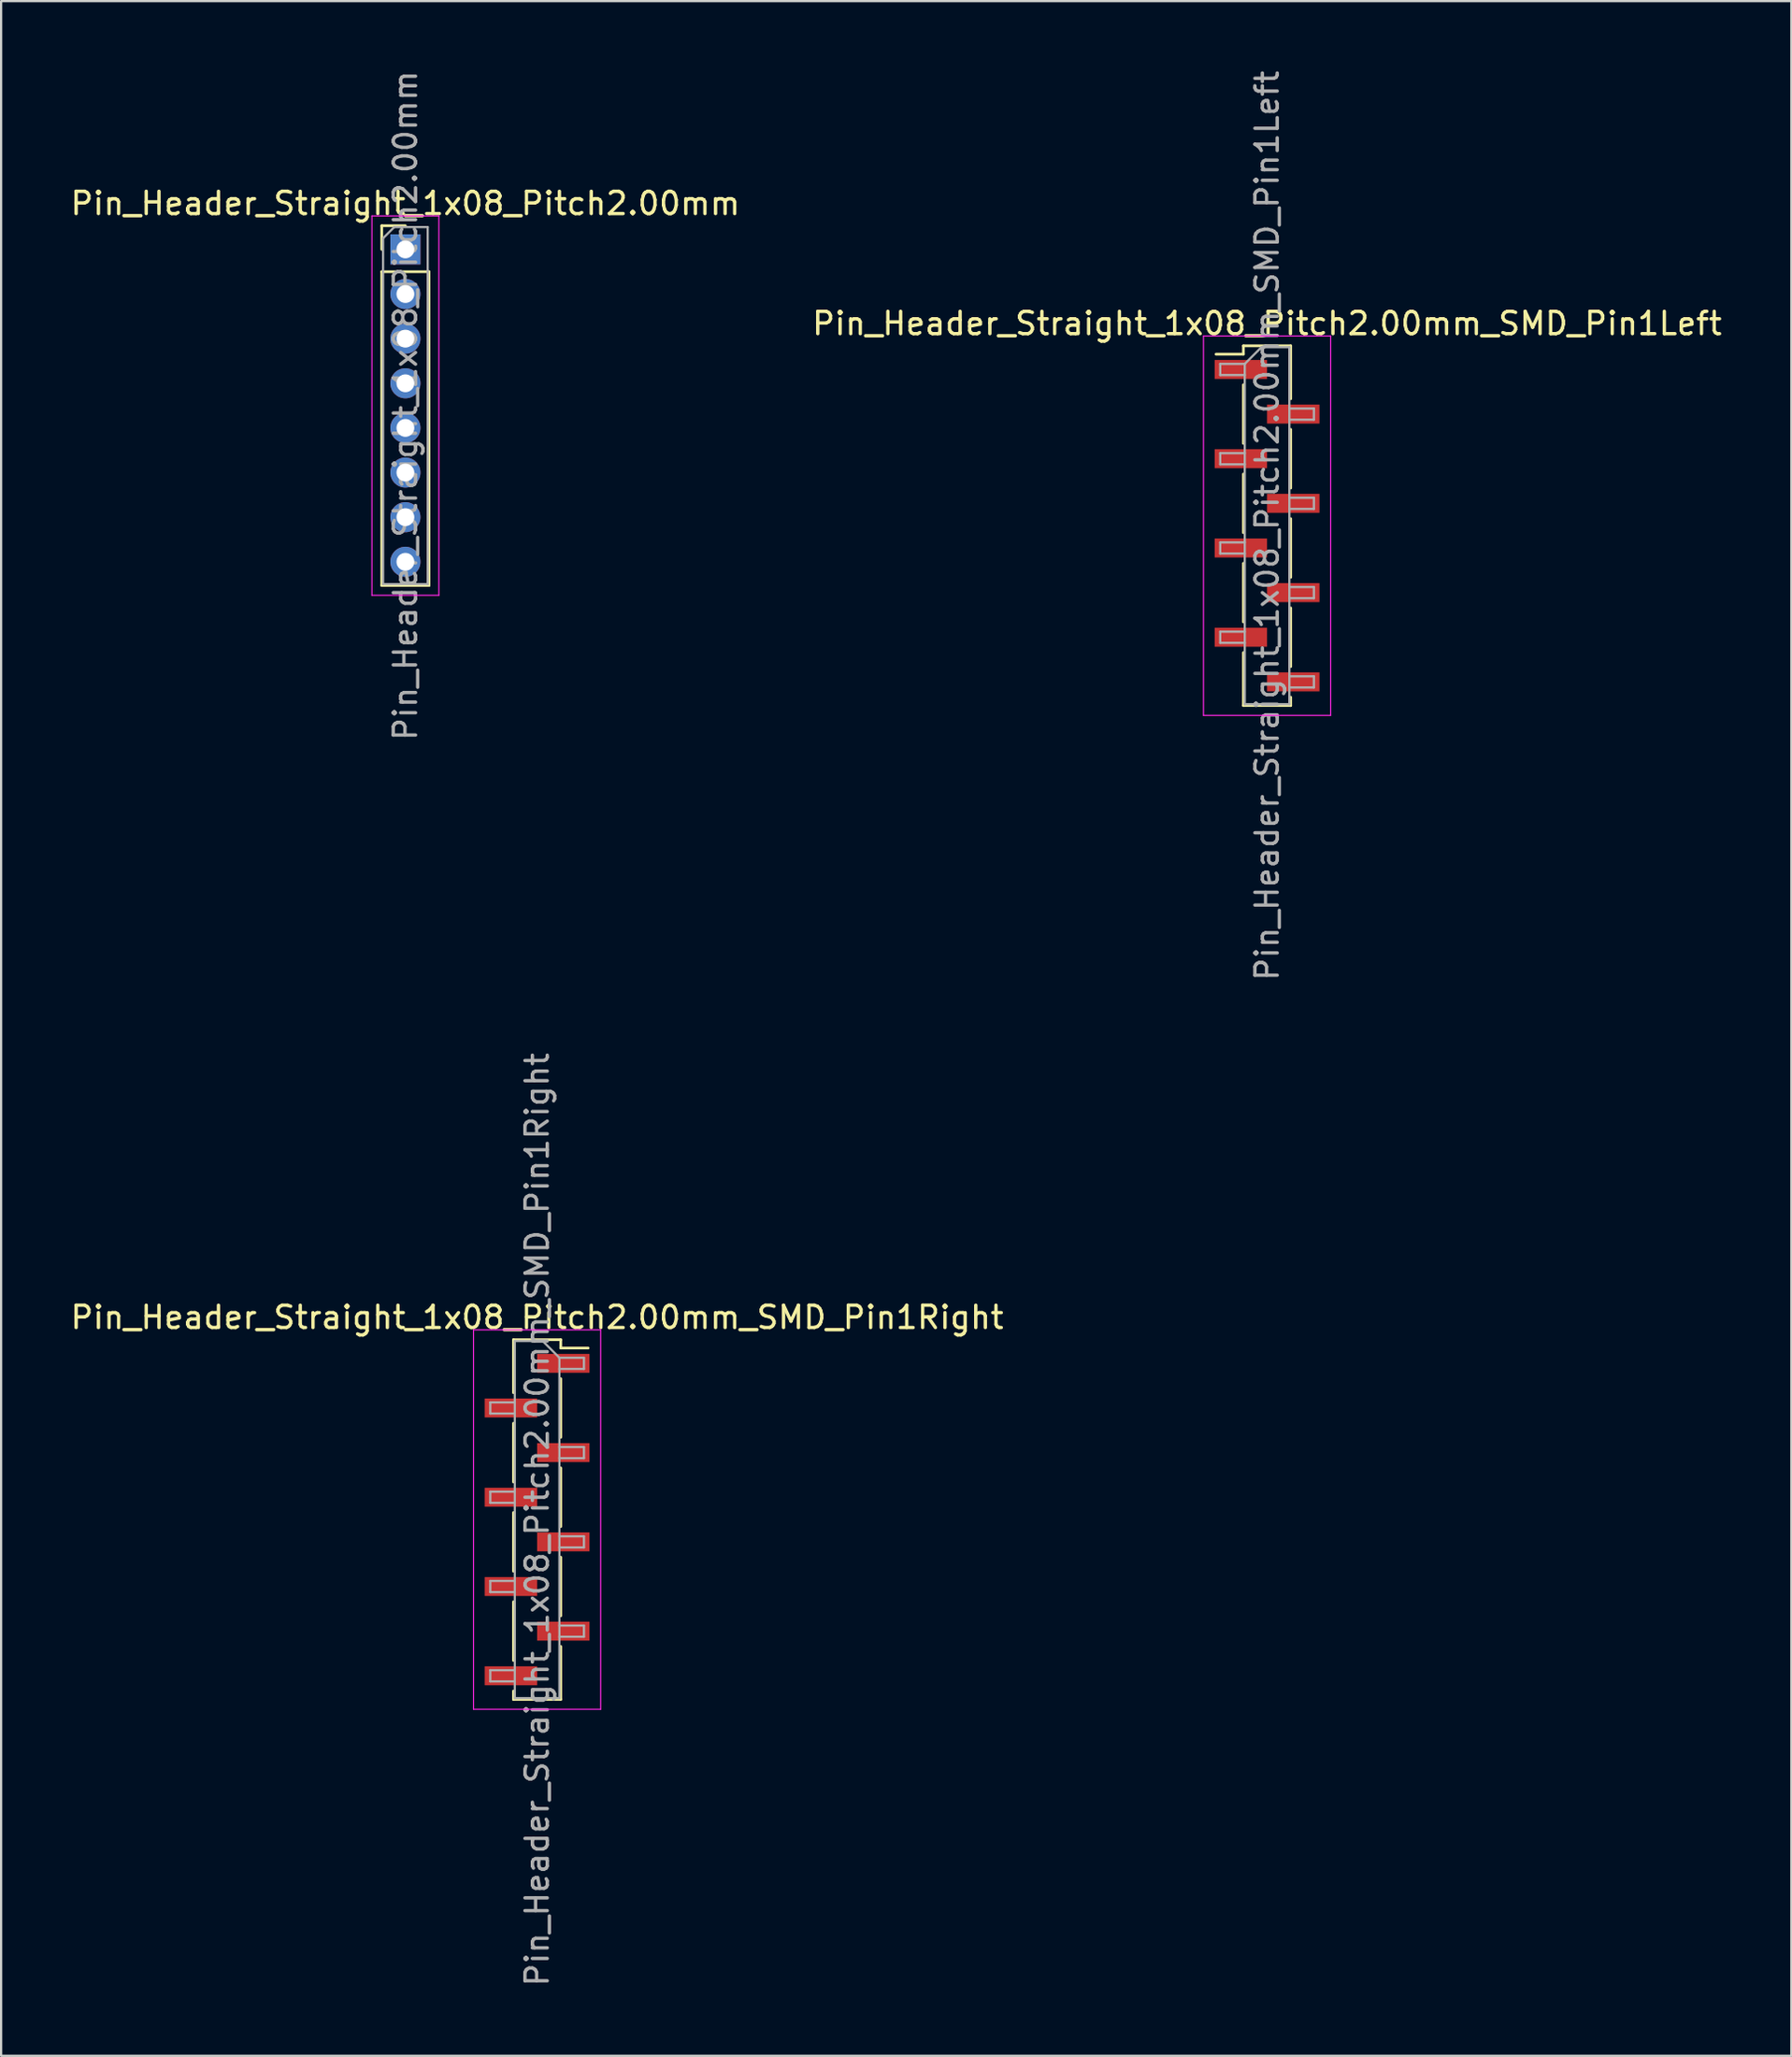
<source format=kicad_pcb>
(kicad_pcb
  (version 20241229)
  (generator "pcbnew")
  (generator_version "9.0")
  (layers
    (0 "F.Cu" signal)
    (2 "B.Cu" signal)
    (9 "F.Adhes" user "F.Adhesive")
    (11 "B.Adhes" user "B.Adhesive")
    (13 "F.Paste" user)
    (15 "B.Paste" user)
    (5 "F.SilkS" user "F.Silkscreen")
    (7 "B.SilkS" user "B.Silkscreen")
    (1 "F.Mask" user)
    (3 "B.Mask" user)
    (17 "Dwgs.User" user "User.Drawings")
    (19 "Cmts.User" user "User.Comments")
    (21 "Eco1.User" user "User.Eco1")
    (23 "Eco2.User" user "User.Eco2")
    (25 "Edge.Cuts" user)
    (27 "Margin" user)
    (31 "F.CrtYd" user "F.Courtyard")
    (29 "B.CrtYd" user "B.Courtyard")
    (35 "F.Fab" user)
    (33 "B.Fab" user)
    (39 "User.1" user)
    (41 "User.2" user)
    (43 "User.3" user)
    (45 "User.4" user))
  (footprint "Pin_Header_Straight_1x08_Pitch2.00mm_SMD_Pin1Right"
    (layer "F.Cu")
    (at 21.03 65.042)
    (property "Reference" "Pin_Header_Straight_1x08_Pitch2.00mm_SMD_Pin1Right" (at 0 -9.06 0) (layer "F.SilkS") (effects (font (size 1 1) (thickness 0.15))))
    (attr smd)
    (fp_line (start -1.06 -8.06) (end -1.06 -5.685) (stroke (width 0.12) (type solid)) (layer "F.SilkS"))
    (fp_line (start -1.06 -8.06) (end 1.06 -8.06) (stroke (width 0.12) (type solid)) (layer "F.SilkS"))
    (fp_line (start -1.06 -4.315) (end -1.06 -1.685) (stroke (width 0.12) (type solid)) (layer "F.SilkS"))
    (fp_line (start -1.06 -0.315) (end -1.06 2.315) (stroke (width 0.12) (type solid)) (layer "F.SilkS"))
    (fp_line (start -1.06 3.685) (end -1.06 6.315) (stroke (width 0.12) (type solid)) (layer "F.SilkS"))
    (fp_line (start -1.06 7.685) (end -1.06 8.06) (stroke (width 0.12) (type solid)) (layer "F.SilkS"))
    (fp_line (start -1.06 8.06) (end 1.06 8.06) (stroke (width 0.12) (type solid)) (layer "F.SilkS"))
    (fp_line (start 1.06 -8.06) (end 1.06 -7.685) (stroke (width 0.12) (type solid)) (layer "F.SilkS"))
    (fp_line (start 1.06 -7.685) (end 2.29 -7.685) (stroke (width 0.12) (type solid)) (layer "F.SilkS"))
    (fp_line (start 1.06 -6.315) (end 1.06 -3.685) (stroke (width 0.12) (type solid)) (layer "F.SilkS"))
    (fp_line (start 1.06 -2.315) (end 1.06 0.315) (stroke (width 0.12) (type solid)) (layer "F.SilkS"))
    (fp_line (start 1.06 1.685) (end 1.06 4.315) (stroke (width 0.12) (type solid)) (layer "F.SilkS"))
    (fp_line (start 1.06 5.685) (end 1.06 8.06) (stroke (width 0.12) (type solid)) (layer "F.SilkS"))
    (fp_line (start -2.85 -8.5) (end -2.85 8.5) (stroke (width 0.05) (type solid)) (layer "F.CrtYd"))
    (fp_line (start -2.85 8.5) (end 2.85 8.5) (stroke (width 0.05) (type solid)) (layer "F.CrtYd"))
    (fp_line (start 2.85 -8.5) (end -2.85 -8.5) (stroke (width 0.05) (type solid)) (layer "F.CrtYd"))
    (fp_line (start 2.85 8.5) (end 2.85 -8.5) (stroke (width 0.05) (type solid)) (layer "F.CrtYd"))
    (fp_line (start -2.1 -5.25) (end -2.1 -4.75) (stroke (width 0.1) (type solid)) (layer "F.Fab"))
    (fp_line (start -2.1 -4.75) (end -1 -4.75) (stroke (width 0.1) (type solid)) (layer "F.Fab"))
    (fp_line (start -2.1 -1.25) (end -2.1 -0.75) (stroke (width 0.1) (type solid)) (layer "F.Fab"))
    (fp_line (start -2.1 -0.75) (end -1 -0.75) (stroke (width 0.1) (type solid)) (layer "F.Fab"))
    (fp_line (start -2.1 2.75) (end -2.1 3.25) (stroke (width 0.1) (type solid)) (layer "F.Fab"))
    (fp_line (start -2.1 3.25) (end -1 3.25) (stroke (width 0.1) (type solid)) (layer "F.Fab"))
    (fp_line (start -2.1 6.75) (end -2.1 7.25) (stroke (width 0.1) (type solid)) (layer "F.Fab"))
    (fp_line (start -2.1 7.25) (end -1 7.25) (stroke (width 0.1) (type solid)) (layer "F.Fab"))
    (fp_line (start -1 -8) (end -1 8) (stroke (width 0.1) (type solid)) (layer "F.Fab"))
    (fp_line (start -1 -8) (end 0.25 -8) (stroke (width 0.1) (type solid)) (layer "F.Fab"))
    (fp_line (start -1 -5.25) (end -2.1 -5.25) (stroke (width 0.1) (type solid)) (layer "F.Fab"))
    (fp_line (start -1 -1.25) (end -2.1 -1.25) (stroke (width 0.1) (type solid)) (layer "F.Fab"))
    (fp_line (start -1 2.75) (end -2.1 2.75) (stroke (width 0.1) (type solid)) (layer "F.Fab"))
    (fp_line (start -1 6.75) (end -2.1 6.75) (stroke (width 0.1) (type solid)) (layer "F.Fab"))
    (fp_line (start 1 -7.25) (end 0.25 -8) (stroke (width 0.1) (type solid)) (layer "F.Fab"))
    (fp_line (start 1 -7.25) (end 2.1 -7.25) (stroke (width 0.1) (type solid)) (layer "F.Fab"))
    (fp_line (start 1 -3.25) (end 2.1 -3.25) (stroke (width 0.1) (type solid)) (layer "F.Fab"))
    (fp_line (start 1 0.75) (end 2.1 0.75) (stroke (width 0.1) (type solid)) (layer "F.Fab"))
    (fp_line (start 1 4.75) (end 2.1 4.75) (stroke (width 0.1) (type solid)) (layer "F.Fab"))
    (fp_line (start 1 8) (end -1 8) (stroke (width 0.1) (type solid)) (layer "F.Fab"))
    (fp_line (start 1 8) (end 1 -7.25) (stroke (width 0.1) (type solid)) (layer "F.Fab"))
    (fp_line (start 2.1 -7.25) (end 2.1 -6.75) (stroke (width 0.1) (type solid)) (layer "F.Fab"))
    (fp_line (start 2.1 -6.75) (end 1 -6.75) (stroke (width 0.1) (type solid)) (layer "F.Fab"))
    (fp_line (start 2.1 -3.25) (end 2.1 -2.75) (stroke (width 0.1) (type solid)) (layer "F.Fab"))
    (fp_line (start 2.1 -2.75) (end 1 -2.75) (stroke (width 0.1) (type solid)) (layer "F.Fab"))
    (fp_line (start 2.1 0.75) (end 2.1 1.25) (stroke (width 0.1) (type solid)) (layer "F.Fab"))
    (fp_line (start 2.1 1.25) (end 1 1.25) (stroke (width 0.1) (type solid)) (layer "F.Fab"))
    (fp_line (start 2.1 4.75) (end 2.1 5.25) (stroke (width 0.1) (type solid)) (layer "F.Fab"))
    (fp_line (start 2.1 5.25) (end 1 5.25) (stroke (width 0.1) (type solid)) (layer "F.Fab"))
    (fp_text user "${REFERENCE}" (at 0 0 90) (layer "F.Fab") (effects (font (size 1 1) (thickness 0.15))))
    (pad "1" smd rect (at 1.175 -7) (size 2.35 0.85) (layers "F.Cu" "F.Mask" "F.Paste"))
    (pad "2" smd rect (at -1.175 -5) (size 2.35 0.85) (layers "F.Cu" "F.Mask" "F.Paste"))
    (pad "3" smd rect (at 1.175 -3) (size 2.35 0.85) (layers "F.Cu" "F.Mask" "F.Paste"))
    (pad "4" smd rect (at -1.175 -1) (size 2.35 0.85) (layers "F.Cu" "F.Mask" "F.Paste"))
    (pad "5" smd rect (at 1.175 1) (size 2.35 0.85) (layers "F.Cu" "F.Mask" "F.Paste"))
    (pad "6" smd rect (at -1.175 3) (size 2.35 0.85) (layers "F.Cu" "F.Mask" "F.Paste"))
    (pad "7" smd rect (at 1.175 5) (size 2.35 0.85) (layers "F.Cu" "F.Mask" "F.Paste"))
    (pad "8" smd rect (at -1.175 7) (size 2.35 0.85) (layers "F.Cu" "F.Mask" "F.Paste")))
  (footprint "Pin_Header_Straight_1x08_Pitch2.00mm"
    (layer "F.Cu")
    (at 15.125 8.125)
    (property "Reference" "Pin_Header_Straight_1x08_Pitch2.00mm" (at 0 -2.06 0) (layer "F.SilkS") (effects (font (size 1 1) (thickness 0.15))))
    (attr through_hole)
    (fp_line (start -1.06 -1.06) (end 0 -1.06) (stroke (width 0.12) (type solid)) (layer "F.SilkS"))
    (fp_line (start -1.06 0) (end -1.06 -1.06) (stroke (width 0.12) (type solid)) (layer "F.SilkS"))
    (fp_line (start -1.06 1) (end -1.06 15.06) (stroke (width 0.12) (type solid)) (layer "F.SilkS"))
    (fp_line (start -1.06 1) (end 1.06 1) (stroke (width 0.12) (type solid)) (layer "F.SilkS"))
    (fp_line (start -1.06 15.06) (end 1.06 15.06) (stroke (width 0.12) (type solid)) (layer "F.SilkS"))
    (fp_line (start 1.06 1) (end 1.06 15.06) (stroke (width 0.12) (type solid)) (layer "F.SilkS"))
    (fp_line (start -1.5 -1.5) (end -1.5 15.5) (stroke (width 0.05) (type solid)) (layer "F.CrtYd"))
    (fp_line (start -1.5 15.5) (end 1.5 15.5) (stroke (width 0.05) (type solid)) (layer "F.CrtYd"))
    (fp_line (start 1.5 -1.5) (end -1.5 -1.5) (stroke (width 0.05) (type solid)) (layer "F.CrtYd"))
    (fp_line (start 1.5 15.5) (end 1.5 -1.5) (stroke (width 0.05) (type solid)) (layer "F.CrtYd"))
    (fp_line (start -1 -0.5) (end -0.5 -1) (stroke (width 0.1) (type solid)) (layer "F.Fab"))
    (fp_line (start -1 15) (end -1 -0.5) (stroke (width 0.1) (type solid)) (layer "F.Fab"))
    (fp_line (start -0.5 -1) (end 1 -1) (stroke (width 0.1) (type solid)) (layer "F.Fab"))
    (fp_line (start 1 -1) (end 1 15) (stroke (width 0.1) (type solid)) (layer "F.Fab"))
    (fp_line (start 1 15) (end -1 15) (stroke (width 0.1) (type solid)) (layer "F.Fab"))
    (fp_text user "${REFERENCE}" (at 0 7 90) (layer "F.Fab") (effects (font (size 1 1) (thickness 0.15))))
    (pad "1" thru_hole rect (at 0 0) (size 1.35 1.35) (drill 0.8) (layers "*.Cu" "*.Mask"))
    (pad "2" thru_hole oval (at 0 2) (size 1.35 1.35) (drill 0.8) (layers "*.Cu" "*.Mask"))
    (pad "3" thru_hole oval (at 0 4) (size 1.35 1.35) (drill 0.8) (layers "*.Cu" "*.Mask"))
    (pad "4" thru_hole oval (at 0 6) (size 1.35 1.35) (drill 0.8) (layers "*.Cu" "*.Mask"))
    (pad "5" thru_hole oval (at 0 8) (size 1.35 1.35) (drill 0.8) (layers "*.Cu" "*.Mask"))
    (pad "6" thru_hole oval (at 0 10) (size 1.35 1.35) (drill 0.8) (layers "*.Cu" "*.Mask"))
    (pad "7" thru_hole oval (at 0 12) (size 1.35 1.35) (drill 0.8) (layers "*.Cu" "*.Mask"))
    (pad "8" thru_hole oval (at 0 14) (size 1.35 1.35) (drill 0.8) (layers "*.Cu" "*.Mask")))
  (footprint "Pin_Header_Straight_1x08_Pitch2.00mm_SMD_Pin1Left"
    (layer "F.Cu")
    (at 53.756 20.506)
    (property "Reference" "Pin_Header_Straight_1x08_Pitch2.00mm_SMD_Pin1Left" (at 0 -9.06 0) (layer "F.SilkS") (effects (font (size 1 1) (thickness 0.15))))
    (attr smd)
    (fp_line (start -1.06 -8.06) (end -1.06 -7.685) (stroke (width 0.12) (type solid)) (layer "F.SilkS"))
    (fp_line (start -1.06 -8.06) (end 1.06 -8.06) (stroke (width 0.12) (type solid)) (layer "F.SilkS"))
    (fp_line (start -1.06 -7.685) (end -2.29 -7.685) (stroke (width 0.12) (type solid)) (layer "F.SilkS"))
    (fp_line (start -1.06 -6.315) (end -1.06 -3.685) (stroke (width 0.12) (type solid)) (layer "F.SilkS"))
    (fp_line (start -1.06 -2.315) (end -1.06 0.315) (stroke (width 0.12) (type solid)) (layer "F.SilkS"))
    (fp_line (start -1.06 1.685) (end -1.06 4.315) (stroke (width 0.12) (type solid)) (layer "F.SilkS"))
    (fp_line (start -1.06 5.685) (end -1.06 8.06) (stroke (width 0.12) (type solid)) (layer "F.SilkS"))
    (fp_line (start -1.06 8.06) (end 1.06 8.06) (stroke (width 0.12) (type solid)) (layer "F.SilkS"))
    (fp_line (start 1.06 -8.06) (end 1.06 -5.685) (stroke (width 0.12) (type solid)) (layer "F.SilkS"))
    (fp_line (start 1.06 -4.315) (end 1.06 -1.685) (stroke (width 0.12) (type solid)) (layer "F.SilkS"))
    (fp_line (start 1.06 -0.315) (end 1.06 2.315) (stroke (width 0.12) (type solid)) (layer "F.SilkS"))
    (fp_line (start 1.06 3.685) (end 1.06 6.315) (stroke (width 0.12) (type solid)) (layer "F.SilkS"))
    (fp_line (start 1.06 7.685) (end 1.06 8.06) (stroke (width 0.12) (type solid)) (layer "F.SilkS"))
    (fp_line (start -2.85 -8.5) (end -2.85 8.5) (stroke (width 0.05) (type solid)) (layer "F.CrtYd"))
    (fp_line (start -2.85 8.5) (end 2.85 8.5) (stroke (width 0.05) (type solid)) (layer "F.CrtYd"))
    (fp_line (start 2.85 -8.5) (end -2.85 -8.5) (stroke (width 0.05) (type solid)) (layer "F.CrtYd"))
    (fp_line (start 2.85 8.5) (end 2.85 -8.5) (stroke (width 0.05) (type solid)) (layer "F.CrtYd"))
    (fp_line (start -2.1 -7.25) (end -2.1 -6.75) (stroke (width 0.1) (type solid)) (layer "F.Fab"))
    (fp_line (start -2.1 -6.75) (end -1 -6.75) (stroke (width 0.1) (type solid)) (layer "F.Fab"))
    (fp_line (start -2.1 -3.25) (end -2.1 -2.75) (stroke (width 0.1) (type solid)) (layer "F.Fab"))
    (fp_line (start -2.1 -2.75) (end -1 -2.75) (stroke (width 0.1) (type solid)) (layer "F.Fab"))
    (fp_line (start -2.1 0.75) (end -2.1 1.25) (stroke (width 0.1) (type solid)) (layer "F.Fab"))
    (fp_line (start -2.1 1.25) (end -1 1.25) (stroke (width 0.1) (type solid)) (layer "F.Fab"))
    (fp_line (start -2.1 4.75) (end -2.1 5.25) (stroke (width 0.1) (type solid)) (layer "F.Fab"))
    (fp_line (start -2.1 5.25) (end -1 5.25) (stroke (width 0.1) (type solid)) (layer "F.Fab"))
    (fp_line (start -1 -7.25) (end -2.1 -7.25) (stroke (width 0.1) (type solid)) (layer "F.Fab"))
    (fp_line (start -1 -7.25) (end -0.25 -8) (stroke (width 0.1) (type solid)) (layer "F.Fab"))
    (fp_line (start -1 -3.25) (end -2.1 -3.25) (stroke (width 0.1) (type solid)) (layer "F.Fab"))
    (fp_line (start -1 0.75) (end -2.1 0.75) (stroke (width 0.1) (type solid)) (layer "F.Fab"))
    (fp_line (start -1 4.75) (end -2.1 4.75) (stroke (width 0.1) (type solid)) (layer "F.Fab"))
    (fp_line (start -1 8) (end -1 -7.25) (stroke (width 0.1) (type solid)) (layer "F.Fab"))
    (fp_line (start -0.25 -8) (end 1 -8) (stroke (width 0.1) (type solid)) (layer "F.Fab"))
    (fp_line (start 1 -8) (end 1 8) (stroke (width 0.1) (type solid)) (layer "F.Fab"))
    (fp_line (start 1 -5.25) (end 2.1 -5.25) (stroke (width 0.1) (type solid)) (layer "F.Fab"))
    (fp_line (start 1 -1.25) (end 2.1 -1.25) (stroke (width 0.1) (type solid)) (layer "F.Fab"))
    (fp_line (start 1 2.75) (end 2.1 2.75) (stroke (width 0.1) (type solid)) (layer "F.Fab"))
    (fp_line (start 1 6.75) (end 2.1 6.75) (stroke (width 0.1) (type solid)) (layer "F.Fab"))
    (fp_line (start 1 8) (end -1 8) (stroke (width 0.1) (type solid)) (layer "F.Fab"))
    (fp_line (start 2.1 -5.25) (end 2.1 -4.75) (stroke (width 0.1) (type solid)) (layer "F.Fab"))
    (fp_line (start 2.1 -4.75) (end 1 -4.75) (stroke (width 0.1) (type solid)) (layer "F.Fab"))
    (fp_line (start 2.1 -1.25) (end 2.1 -0.75) (stroke (width 0.1) (type solid)) (layer "F.Fab"))
    (fp_line (start 2.1 -0.75) (end 1 -0.75) (stroke (width 0.1) (type solid)) (layer "F.Fab"))
    (fp_line (start 2.1 2.75) (end 2.1 3.25) (stroke (width 0.1) (type solid)) (layer "F.Fab"))
    (fp_line (start 2.1 3.25) (end 1 3.25) (stroke (width 0.1) (type solid)) (layer "F.Fab"))
    (fp_line (start 2.1 6.75) (end 2.1 7.25) (stroke (width 0.1) (type solid)) (layer "F.Fab"))
    (fp_line (start 2.1 7.25) (end 1 7.25) (stroke (width 0.1) (type solid)) (layer "F.Fab"))
    (fp_text user "${REFERENCE}" (at 0 0 90) (layer "F.Fab") (effects (font (size 1 1) (thickness 0.15))))
    (pad "1" smd rect (at -1.175 -7) (size 2.35 0.85) (layers "F.Cu" "F.Mask" "F.Paste"))
    (pad "2" smd rect (at 1.175 -5) (size 2.35 0.85) (layers "F.Cu" "F.Mask" "F.Paste"))
    (pad "3" smd rect (at -1.175 -3) (size 2.35 0.85) (layers "F.Cu" "F.Mask" "F.Paste"))
    (pad "4" smd rect (at 1.175 -1) (size 2.35 0.85) (layers "F.Cu" "F.Mask" "F.Paste"))
    (pad "5" smd rect (at -1.175 1) (size 2.35 0.85) (layers "F.Cu" "F.Mask" "F.Paste"))
    (pad "6" smd rect (at 1.175 3) (size 2.35 0.85) (layers "F.Cu" "F.Mask" "F.Paste"))
    (pad "7" smd rect (at -1.175 5) (size 2.35 0.85) (layers "F.Cu" "F.Mask" "F.Paste"))
    (pad "8" smd rect (at 1.175 7) (size 2.35 0.85) (layers "F.Cu" "F.Mask" "F.Paste")))
  (gr_rect
    (start -3 -3)
    (end 77.262 89.071)
    (stroke (width 0.1) (type default))
    (fill no)
    (layer "Edge.Cuts")))
</source>
